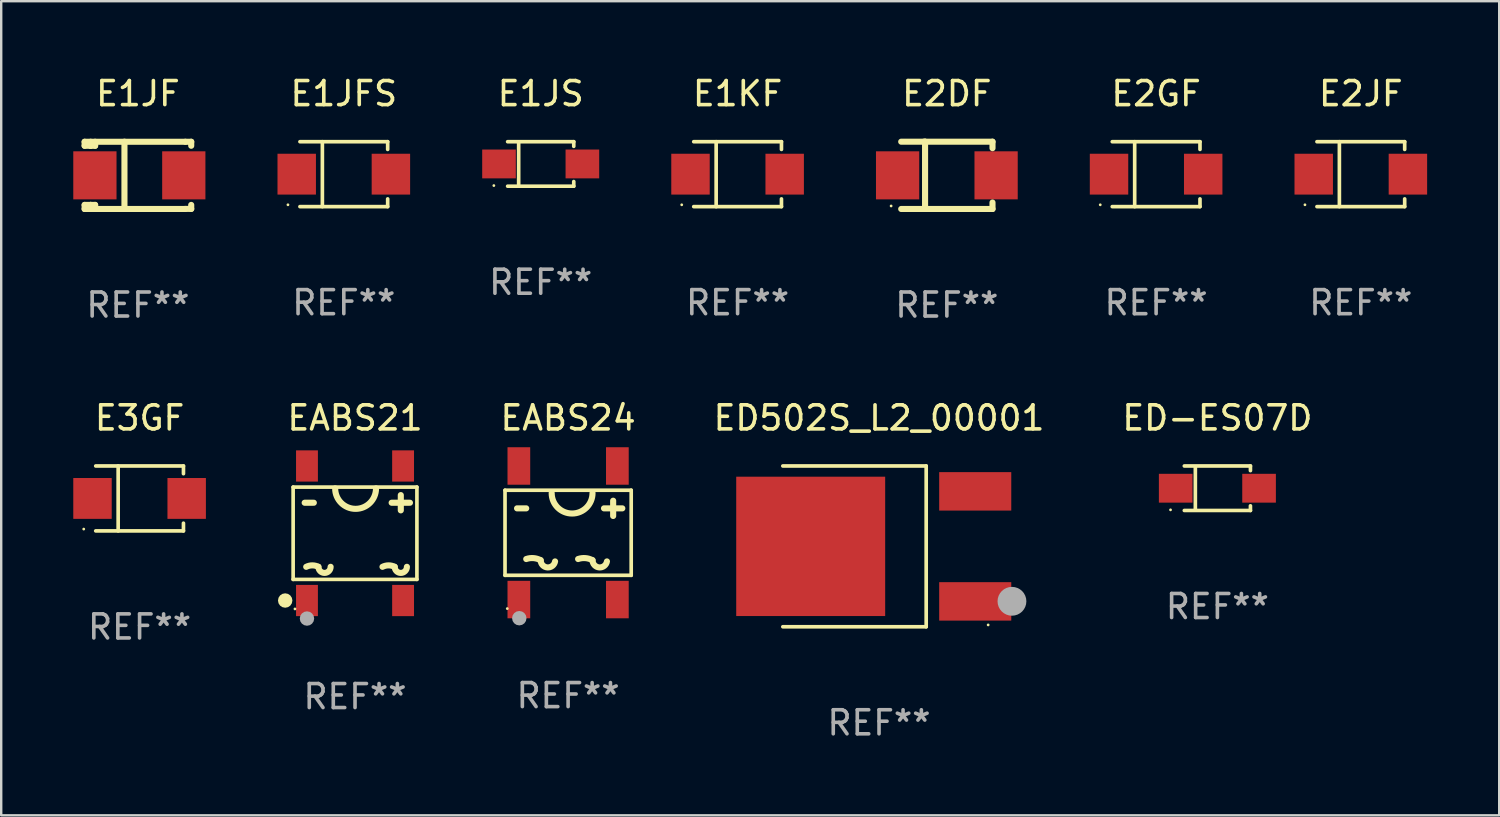
<source format=kicad_pcb>
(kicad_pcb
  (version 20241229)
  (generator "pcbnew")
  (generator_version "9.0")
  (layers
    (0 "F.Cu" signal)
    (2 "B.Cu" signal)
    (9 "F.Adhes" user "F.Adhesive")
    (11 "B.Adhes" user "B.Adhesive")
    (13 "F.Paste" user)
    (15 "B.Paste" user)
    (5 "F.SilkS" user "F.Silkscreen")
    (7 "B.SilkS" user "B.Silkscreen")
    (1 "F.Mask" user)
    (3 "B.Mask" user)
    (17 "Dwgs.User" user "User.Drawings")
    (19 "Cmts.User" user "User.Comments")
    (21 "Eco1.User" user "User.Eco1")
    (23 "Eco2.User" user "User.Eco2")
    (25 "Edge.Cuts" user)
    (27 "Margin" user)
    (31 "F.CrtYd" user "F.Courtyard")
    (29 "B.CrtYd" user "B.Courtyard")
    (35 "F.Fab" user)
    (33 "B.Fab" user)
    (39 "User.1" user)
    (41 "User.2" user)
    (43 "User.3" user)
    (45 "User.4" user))
  (footprint "E3GF"
    (layer "F.Cu")
    (at 2.76 17.696)
    (property "Reference" "E3GF" (at 0 -3.351 0) (layer "F.SilkS") (effects (font (size 1 1) (thickness 0.15))))
    (attr through_hole)
    (fp_line (start -1.826 -1.351) (end 1.826 -1.351) (stroke (width 0.152) (type solid)) (layer "F.SilkS"))
    (fp_line (start -1.826 1.351) (end 1.826 1.351) (stroke (width 0.152) (type solid)) (layer "F.SilkS"))
    (fp_line (start -0.892 -1.351) (end -0.892 1.351) (stroke (width 0.152) (type solid)) (layer "F.SilkS"))
    (fp_line (start 1.826 -1.351) (end 1.826 -1.03) (stroke (width 0.152) (type solid)) (layer "F.SilkS"))
    (fp_line (start 1.826 1.03) (end 1.826 1.351) (stroke (width 0.152) (type solid)) (layer "F.SilkS"))
    (fp_circle (center -2.325 1.275) (end -2.295 1.275) (stroke (width 0.06) (type solid)) (fill no) (layer "F.SilkS"))
    (fp_text user "REF**" (at 0 5.351 0) (layer "F.Fab") (effects (font (size 1 1) (thickness 0.15))))
    (pad "1" smd rect (at -1.96 0 180) (size 1.6 1.7) (layers "F.Cu" "F.Mask" "F.Paste"))
    (pad "2" smd rect (at 1.96 0 180) (size 1.6 1.7) (layers "F.Cu" "F.Mask" "F.Paste")))
  (footprint "E2JF"
    (layer "F.Cu")
    (at 53.59 4.199)
    (property "Reference" "E2JF" (at 0 -3.351 0) (layer "F.SilkS") (effects (font (size 1 1) (thickness 0.15))))
    (attr through_hole)
    (fp_line (start -1.826 -1.351) (end 1.826 -1.351) (stroke (width 0.152) (type solid)) (layer "F.SilkS"))
    (fp_line (start -1.826 1.351) (end 1.826 1.351) (stroke (width 0.152) (type solid)) (layer "F.SilkS"))
    (fp_line (start -0.892 -1.351) (end -0.892 1.351) (stroke (width 0.152) (type solid)) (layer "F.SilkS"))
    (fp_line (start 1.826 -1.351) (end 1.826 -1.03) (stroke (width 0.152) (type solid)) (layer "F.SilkS"))
    (fp_line (start 1.826 1.03) (end 1.826 1.351) (stroke (width 0.152) (type solid)) (layer "F.SilkS"))
    (fp_circle (center -2.325 1.275) (end -2.295 1.275) (stroke (width 0.06) (type solid)) (fill no) (layer "F.SilkS"))
    (fp_text user "REF**" (at 0 5.351 0) (layer "F.Fab") (effects (font (size 1 1) (thickness 0.15))))
    (pad "1" smd rect (at -1.96 0 180) (size 1.6 1.7) (layers "F.Cu" "F.Mask" "F.Paste"))
    (pad "2" smd rect (at 1.96 0 180) (size 1.6 1.7) (layers "F.Cu" "F.Mask" "F.Paste")))
  (footprint "EABS21"
    (layer "F.Cu")
    (at 11.727 19.145)
    (property "Reference" "EABS21" (at 0 -4.8 0) (layer "F.SilkS") (effects (font (size 1 1) (thickness 0.15))))
    (attr through_hole)
    (fp_line (start -2.576 -1.921) (end 2.576 -1.921) (stroke (width 0.152) (type solid)) (layer "F.SilkS"))
    (fp_line (start -2.576 1.921) (end -2.576 -1.921) (stroke (width 0.152) (type solid)) (layer "F.SilkS"))
    (fp_line (start -2.096 -1.27) (end -1.715 -1.27) (stroke (width 0.254) (type solid)) (layer "F.SilkS"))
    (fp_line (start 1.524 -1.27) (end 2.286 -1.27) (stroke (width 0.254) (type solid)) (layer "F.SilkS"))
    (fp_line (start 1.905 -1.588) (end 1.905 -0.953) (stroke (width 0.254) (type solid)) (layer "F.SilkS"))
    (fp_line (start 2.576 -1.921) (end 2.576 1.921) (stroke (width 0.152) (type solid)) (layer "F.SilkS"))
    (fp_line (start 2.576 1.921) (end -2.576 1.921) (stroke (width 0.152) (type solid)) (layer "F.SilkS"))
    (fp_arc (start -2.032004 1.397003) (mid -1.778004 1.337042) (end -1.524003 1.397003) (stroke (width 0.254001) (type solid)) (layer "F.SilkS"))
    (fp_arc (start -1.016002 1.397003) (mid -1.270003 1.651004) (end -1.524004 1.397003) (stroke (width 0.254001) (type solid)) (layer "F.SilkS"))
    (fp_arc (start 0.873381 -1.86571) (mid 0.023355 -1.015824) (end -0.826671 -1.865711) (stroke (width 0.254001) (type solid)) (layer "F.SilkS"))
    (fp_arc (start 1.143002 1.397003) (mid 1.397003 1.337041) (end 1.651003 1.397003) (stroke (width 0.254001) (type solid)) (layer "F.SilkS"))
    (fp_arc (start 2.159004 1.397003) (mid 1.905004 1.651003) (end 1.651004 1.397003) (stroke (width 0.254001) (type solid)) (layer "F.SilkS"))
    (fp_circle (center -2.907 2.8) (end -2.757 2.8) (stroke (width 0.3) (type solid)) (fill no) (layer "F.SilkS"))
    (fp_circle (center -2.5 3.15) (end -2.47 3.15) (stroke (width 0.06) (type solid)) (fill no) (layer "F.SilkS"))
    (fp_circle (center -2 3.55) (end -1.85 3.55) (stroke (width 0.3) (type solid)) (fill no) (layer "F.Fab"))
    (fp_text user "REF**" (at 0 6.8 0) (layer "F.Fab") (effects (font (size 1 1) (thickness 0.15))))
    (pad "1" smd rect (at -2 2.8) (size 0.91 1.3) (layers "F.Cu" "F.Mask" "F.Paste"))
    (pad "2" smd rect (at 2 2.8) (size 0.91 1.3) (layers "F.Cu" "F.Mask" "F.Paste"))
    (pad "3" smd rect (at 2 -2.8) (size 0.91 1.3) (layers "F.Cu" "F.Mask" "F.Paste"))
    (pad "4" smd rect (at -2 -2.8) (size 0.91 1.3) (layers "F.Cu" "F.Mask" "F.Paste")))
  (footprint "E2GF"
    (layer "F.Cu")
    (at 45.07 4.199)
    (property "Reference" "E2GF" (at 0 -3.351 0) (layer "F.SilkS") (effects (font (size 1 1) (thickness 0.15))))
    (attr through_hole)
    (fp_line (start -1.826 -1.351) (end 1.826 -1.351) (stroke (width 0.152) (type solid)) (layer "F.SilkS"))
    (fp_line (start -1.826 1.351) (end 1.826 1.351) (stroke (width 0.152) (type solid)) (layer "F.SilkS"))
    (fp_line (start -0.892 -1.351) (end -0.892 1.351) (stroke (width 0.152) (type solid)) (layer "F.SilkS"))
    (fp_line (start 1.826 -1.351) (end 1.826 -1.03) (stroke (width 0.152) (type solid)) (layer "F.SilkS"))
    (fp_line (start 1.826 1.03) (end 1.826 1.351) (stroke (width 0.152) (type solid)) (layer "F.SilkS"))
    (fp_circle (center -2.325 1.275) (end -2.295 1.275) (stroke (width 0.06) (type solid)) (fill no) (layer "F.SilkS"))
    (fp_text user "REF**" (at 0 5.351 0) (layer "F.Fab") (effects (font (size 1 1) (thickness 0.15))))
    (pad "1" smd rect (at -1.96 0 180) (size 1.6 1.7) (layers "F.Cu" "F.Mask" "F.Paste"))
    (pad "2" smd rect (at 1.96 0 180) (size 1.6 1.7) (layers "F.Cu" "F.Mask" "F.Paste")))
  (footprint "E1JS"
    (layer "F.Cu")
    (at 19.455 3.774)
    (property "Reference" "E1JS" (at 0 -2.926 0) (layer "F.SilkS") (effects (font (size 1 1) (thickness 0.15))))
    (attr through_hole)
    (fp_line (start -1.376 -0.926) (end 1.376 -0.926) (stroke (width 0.152) (type solid)) (layer "F.SilkS"))
    (fp_line (start -1.376 0.926) (end 1.376 0.926) (stroke (width 0.152) (type solid)) (layer "F.SilkS"))
    (fp_line (start -0.917 -0.876) (end -0.917 0.876) (stroke (width 0.152) (type solid)) (layer "F.SilkS"))
    (fp_line (start 1.376 -0.926) (end 1.376 -0.733) (stroke (width 0.152) (type solid)) (layer "F.SilkS"))
    (fp_line (start 1.376 0.926) (end 1.376 0.733) (stroke (width 0.152) (type solid)) (layer "F.SilkS"))
    (fp_circle (center -1.95 0.9) (end -1.92 0.9) (stroke (width 0.06) (type solid)) (fill no) (layer "F.SilkS"))
    (fp_text user "REF**" (at 0 4.926 0) (layer "F.Fab") (effects (font (size 1 1) (thickness 0.15))))
    (pad "1" smd rect (at -1.735 0) (size 1.4 1.2) (layers "F.Cu" "F.Mask" "F.Paste"))
    (pad "2" smd rect (at 1.735 0) (size 1.4 1.2) (layers "F.Cu" "F.Mask" "F.Paste")))
  (footprint "ED-ES07D"
    (layer "F.Cu")
    (at 47.62 17.271)
    (property "Reference" "ED-ES07D" (at 0 -2.926 0) (layer "F.SilkS") (effects (font (size 1 1) (thickness 0.15))))
    (attr through_hole)
    (fp_line (start -1.376 -0.926) (end 1.376 -0.926) (stroke (width 0.152) (type solid)) (layer "F.SilkS"))
    (fp_line (start -1.376 0.926) (end 1.376 0.926) (stroke (width 0.152) (type solid)) (layer "F.SilkS"))
    (fp_line (start -0.917 -0.876) (end -0.917 0.876) (stroke (width 0.152) (type solid)) (layer "F.SilkS"))
    (fp_line (start 1.376 -0.926) (end 1.376 -0.733) (stroke (width 0.152) (type solid)) (layer "F.SilkS"))
    (fp_line (start 1.376 0.926) (end 1.376 0.733) (stroke (width 0.152) (type solid)) (layer "F.SilkS"))
    (fp_circle (center -1.95 0.9) (end -1.92 0.9) (stroke (width 0.06) (type solid)) (fill no) (layer "F.SilkS"))
    (fp_text user "REF**" (at 0 4.926 0) (layer "F.Fab") (effects (font (size 1 1) (thickness 0.15))))
    (pad "1" smd rect (at -1.735 0) (size 1.4 1.2) (layers "F.Cu" "F.Mask" "F.Paste"))
    (pad "2" smd rect (at 1.735 0) (size 1.4 1.2) (layers "F.Cu" "F.Mask" "F.Paste")))
  (footprint "EABS24"
    (layer "F.Cu")
    (at 20.596 19.125)
    (property "Reference" "EABS24" (at 0 -4.78 0) (layer "F.SilkS") (effects (font (size 1 1) (thickness 0.15))))
    (attr through_hole)
    (fp_line (start -2.626 -1.771) (end 2.626 -1.771) (stroke (width 0.152) (type solid)) (layer "F.SilkS"))
    (fp_line (start -2.626 1.771) (end -2.626 -1.771) (stroke (width 0.152) (type solid)) (layer "F.SilkS"))
    (fp_line (start -2.125 -1.016) (end -1.744 -1.016) (stroke (width 0.254) (type solid)) (layer "F.SilkS"))
    (fp_line (start 1.494 -1.016) (end 2.256 -1.016) (stroke (width 0.254) (type solid)) (layer "F.SilkS"))
    (fp_line (start 1.875 -1.334) (end 1.875 -0.699) (stroke (width 0.254) (type solid)) (layer "F.SilkS"))
    (fp_line (start 2.626 -1.771) (end 2.626 1.771) (stroke (width 0.152) (type solid)) (layer "F.SilkS"))
    (fp_line (start 2.626 1.771) (end -2.626 1.771) (stroke (width 0.152) (type solid)) (layer "F.SilkS"))
    (fp_arc (start -1.74304 1.092786) (mid -1.437734 1.054825) (end -1.142938 1.14285) (stroke (width 0.254001) (type solid)) (layer "F.SilkS"))
    (fp_arc (start -0.542964 1.192837) (mid -0.865864 1.44285) (end -1.14294 1.14285) (stroke (width 0.254001) (type solid)) (layer "F.SilkS"))
    (fp_arc (start 0.415964 1.092786) (mid 0.72127 1.054825) (end 1.016066 1.14285) (stroke (width 0.254001) (type solid)) (layer "F.SilkS"))
    (fp_arc (start 1.016015 -1.651003) (mid 0.165989 -0.801117) (end -0.684037 -1.651004) (stroke (width 0.254001) (type solid)) (layer "F.SilkS"))
    (fp_arc (start 1.61604 1.192837) (mid 1.293141 1.442849) (end 1.016066 1.14285) (stroke (width 0.254001) (type solid)) (layer "F.SilkS"))
    (fp_circle (center -2.532 3.156) (end -2.502 3.156) (stroke (width 0.06) (type solid)) (fill no) (layer "F.SilkS"))
    (fp_circle (center -2.032 3.556) (end -1.882 3.556) (stroke (width 0.3) (type solid)) (fill no) (layer "F.Fab"))
    (fp_text user "REF**" (at 0 6.78 0) (layer "F.Fab") (effects (font (size 1 1) (thickness 0.15))))
    (pad "1" smd rect (at -2.05 2.78 180) (size 0.945 1.56) (layers "F.Cu" "F.Mask" "F.Paste"))
    (pad "2" smd rect (at 2.05 2.78 180) (size 0.945 1.56) (layers "F.Cu" "F.Mask" "F.Paste"))
    (pad "3" smd rect (at 2.05 -2.78 180) (size 0.945 1.56) (layers "F.Cu" "F.Mask" "F.Paste"))
    (pad "4" smd rect (at -2.05 -2.78 180) (size 0.945 1.56) (layers "F.Cu" "F.Mask" "F.Paste")))
  (footprint "E1JFS"
    (layer "F.Cu")
    (at 11.26 4.199)
    (property "Reference" "E1JFS" (at 0 -3.351 0) (layer "F.SilkS") (effects (font (size 1 1) (thickness 0.15))))
    (attr through_hole)
    (fp_line (start -1.826 -1.351) (end 1.826 -1.351) (stroke (width 0.152) (type solid)) (layer "F.SilkS"))
    (fp_line (start -1.826 1.351) (end 1.826 1.351) (stroke (width 0.152) (type solid)) (layer "F.SilkS"))
    (fp_line (start -0.892 -1.351) (end -0.892 1.351) (stroke (width 0.152) (type solid)) (layer "F.SilkS"))
    (fp_line (start 1.826 -1.351) (end 1.826 -1.03) (stroke (width 0.152) (type solid)) (layer "F.SilkS"))
    (fp_line (start 1.826 1.03) (end 1.826 1.351) (stroke (width 0.152) (type solid)) (layer "F.SilkS"))
    (fp_circle (center -2.325 1.275) (end -2.295 1.275) (stroke (width 0.06) (type solid)) (fill no) (layer "F.SilkS"))
    (fp_text user "REF**" (at 0 5.351 0) (layer "F.Fab") (effects (font (size 1 1) (thickness 0.15))))
    (pad "1" smd rect (at -1.96 0 180) (size 1.6 1.7) (layers "F.Cu" "F.Mask" "F.Paste"))
    (pad "2" smd rect (at 1.96 0 180) (size 1.6 1.7) (layers "F.Cu" "F.Mask" "F.Paste")))
  (footprint "E1JF"
    (layer "F.Cu")
    (at 2.691 4.248)
    (property "Reference" "E1JF" (at 0 -3.4 0) (layer "F.SilkS") (effects (font (size 1 1) (thickness 0.15))))
    (attr through_hole)
    (fp_line (start -2.218 -1.231) (end -2.218 -1.397) (stroke (width 0.254) (type solid)) (layer "F.SilkS"))
    (fp_line (start -2.218 1.4) (end -2.218 1.231) (stroke (width 0.254) (type solid)) (layer "F.SilkS"))
    (fp_line (start -1.968 -1.397) (end -1.968 -1.231) (stroke (width 0.254) (type solid)) (layer "F.SilkS"))
    (fp_line (start -1.968 -1.231) (end -2.218 -1.231) (stroke (width 0.254) (type solid)) (layer "F.SilkS"))
    (fp_line (start -1.968 1.231) (end -2.218 1.231) (stroke (width 0.254) (type solid)) (layer "F.SilkS"))
    (fp_line (start -1.968 1.231) (end -1.968 1.4) (stroke (width 0.254) (type solid)) (layer "F.SilkS"))
    (fp_line (start -1.832 1.4) (end -2.218 1.4) (stroke (width 0.254) (type solid)) (layer "F.SilkS"))
    (fp_line (start -1.832 1.4) (end 1.968 1.4) (stroke (width 0.254) (type solid)) (layer "F.SilkS"))
    (fp_line (start -1.782 -1.397) (end -1.782 -1.231) (stroke (width 0.254) (type solid)) (layer "F.SilkS"))
    (fp_line (start -1.782 -1.231) (end -1.968 -1.231) (stroke (width 0.254) (type solid)) (layer "F.SilkS"))
    (fp_line (start -1.782 1.231) (end -1.968 1.231) (stroke (width 0.254) (type solid)) (layer "F.SilkS"))
    (fp_line (start -1.782 1.231) (end -1.782 1.4) (stroke (width 0.254) (type solid)) (layer "F.SilkS"))
    (fp_line (start -0.561 -1.4) (end -0.561 1.4) (stroke (width 0.254) (type solid)) (layer "F.SilkS"))
    (fp_line (start 1.973 -1.397) (end -2.218 -1.397) (stroke (width 0.254) (type solid)) (layer "F.SilkS"))
    (fp_line (start 1.973 -1.397) (end 2.218 -1.397) (stroke (width 0.254) (type solid)) (layer "F.SilkS"))
    (fp_line (start 2.218 -1.397) (end 2.218 -1.231) (stroke (width 0.254) (type solid)) (layer "F.SilkS"))
    (fp_line (start 2.218 1.231) (end 2.218 1.397) (stroke (width 0.254) (type solid)) (layer "F.SilkS"))
    (fp_line (start 2.218 1.397) (end 1.968 1.397) (stroke (width 0.254) (type solid)) (layer "F.SilkS"))
    (fp_circle (center -2.242 1.3) (end -2.212 1.3) (stroke (width 0.06) (type solid)) (fill no) (layer "F.SilkS"))
    (fp_text user "REF**" (at 0 5.4 0) (layer "F.Fab") (effects (font (size 1 1) (thickness 0.15))))
    (pad "1" smd rect (at -1.791 0.000025 180) (size 1.8 2) (layers "F.Cu" "F.Mask" "F.Paste"))
    (pad "2" smd rect (at 1.909 0.000025 180) (size 1.8 2) (layers "F.Cu" "F.Mask" "F.Paste")))
  (footprint "E1KF"
    (layer "F.Cu")
    (at 27.65 4.199)
    (property "Reference" "E1KF" (at 0 -3.351 0) (layer "F.SilkS") (effects (font (size 1 1) (thickness 0.15))))
    (attr through_hole)
    (fp_line (start -1.826 -1.351) (end 1.826 -1.351) (stroke (width 0.152) (type solid)) (layer "F.SilkS"))
    (fp_line (start -1.826 1.351) (end 1.826 1.351) (stroke (width 0.152) (type solid)) (layer "F.SilkS"))
    (fp_line (start -0.892 -1.351) (end -0.892 1.351) (stroke (width 0.152) (type solid)) (layer "F.SilkS"))
    (fp_line (start 1.826 -1.351) (end 1.826 -1.03) (stroke (width 0.152) (type solid)) (layer "F.SilkS"))
    (fp_line (start 1.826 1.03) (end 1.826 1.351) (stroke (width 0.152) (type solid)) (layer "F.SilkS"))
    (fp_circle (center -2.325 1.275) (end -2.295 1.275) (stroke (width 0.06) (type solid)) (fill no) (layer "F.SilkS"))
    (fp_text user "REF**" (at 0 5.351 0) (layer "F.Fab") (effects (font (size 1 1) (thickness 0.15))))
    (pad "1" smd rect (at -1.96 0 180) (size 1.6 1.7) (layers "F.Cu" "F.Mask" "F.Paste"))
    (pad "2" smd rect (at 1.96 0 180) (size 1.6 1.7) (layers "F.Cu" "F.Mask" "F.Paste")))
  (footprint "E2DF"
    (layer "F.Cu")
    (at 36.36 4.248)
    (property "Reference" "E2DF" (at 0 -3.4 0) (layer "F.SilkS") (effects (font (size 1 1) (thickness 0.15))))
    (attr through_hole)
    (fp_line (start -1.9 -1.4) (end 1.9 -1.4) (stroke (width 0.254) (type solid)) (layer "F.SilkS"))
    (fp_line (start -1.9 1.4) (end 1.9 1.4) (stroke (width 0.254) (type solid)) (layer "F.SilkS"))
    (fp_line (start -0.954 -1.4) (end -0.907 -1.4) (stroke (width 0.254) (type solid)) (layer "F.SilkS"))
    (fp_line (start -0.907 -1.4) (end -0.907 1.4) (stroke (width 0.254) (type solid)) (layer "F.SilkS"))
    (fp_line (start 1.9 -1.4) (end 1.9 -1.131) (stroke (width 0.254) (type solid)) (layer "F.SilkS"))
    (fp_line (start 1.9 1.131) (end 1.9 1.4) (stroke (width 0.254) (type solid)) (layer "F.SilkS"))
    (fp_circle (center -2.32 1.275) (end -2.29 1.275) (stroke (width 0.06) (type solid)) (fill no) (layer "F.SilkS"))
    (fp_text user "REF**" (at 0 5.4 0) (layer "F.Fab") (effects (font (size 1 1) (thickness 0.15))))
    (pad "1" smd rect (at -2.05 0 180) (size 1.8 2) (layers "F.Cu" "F.Mask" "F.Paste"))
    (pad "2" smd rect (at 2.05 0 180) (size 1.8 2) (layers "F.Cu" "F.Mask" "F.Paste")))
  (footprint "ED502S_L2_00001"
    (layer "F.Cu")
    (at 33.537 19.691)
    (property "Reference" "ED502S_L2_00001" (at 0 -5.346 0) (layer "F.SilkS") (effects (font (size 1 1) (thickness 0.15))))
    (attr through_hole)
    (fp_line (start -4.004 -3.346) (end 1.963 -3.346) (stroke (width 0.152) (type solid)) (layer "F.SilkS"))
    (fp_line (start -4.004 3.346) (end 1.963 3.346) (stroke (width 0.152) (type solid)) (layer "F.SilkS"))
    (fp_line (start 1.963 3.346) (end 1.963 -3.346) (stroke (width 0.152) (type solid)) (layer "F.SilkS"))
    (fp_circle (center 4.542 3.27) (end 4.572 3.27) (stroke (width 0.06) (type solid)) (fill no) (layer "F.SilkS"))
    (fp_circle (center 5.533 2.286) (end 5.833 2.286) (stroke (width 0.6) (type solid)) (fill no) (layer "F.Fab"))
    (fp_text user "REF**" (at 0 7.346 0) (layer "F.Fab") (effects (font (size 1 1) (thickness 0.15))))
    (pad "1" smd rect (at 4.004 2.29) (size 3 1.6) (layers "F.Cu" "F.Mask" "F.Paste"))
    (pad "2" smd rect (at -2.844 0) (size 6.2 5.8) (layers "F.Cu" "F.Mask" "F.Paste"))
    (pad "3" smd rect (at 4.004 -2.29) (size 3 1.6) (layers "F.Cu" "F.Mask" "F.Paste")))
  (gr_rect
    (start -3 -3)
    (end 59.35 30.886)
    (stroke (width 0.1) (type default))
    (fill no)
    (layer "Edge.Cuts")))
</source>
